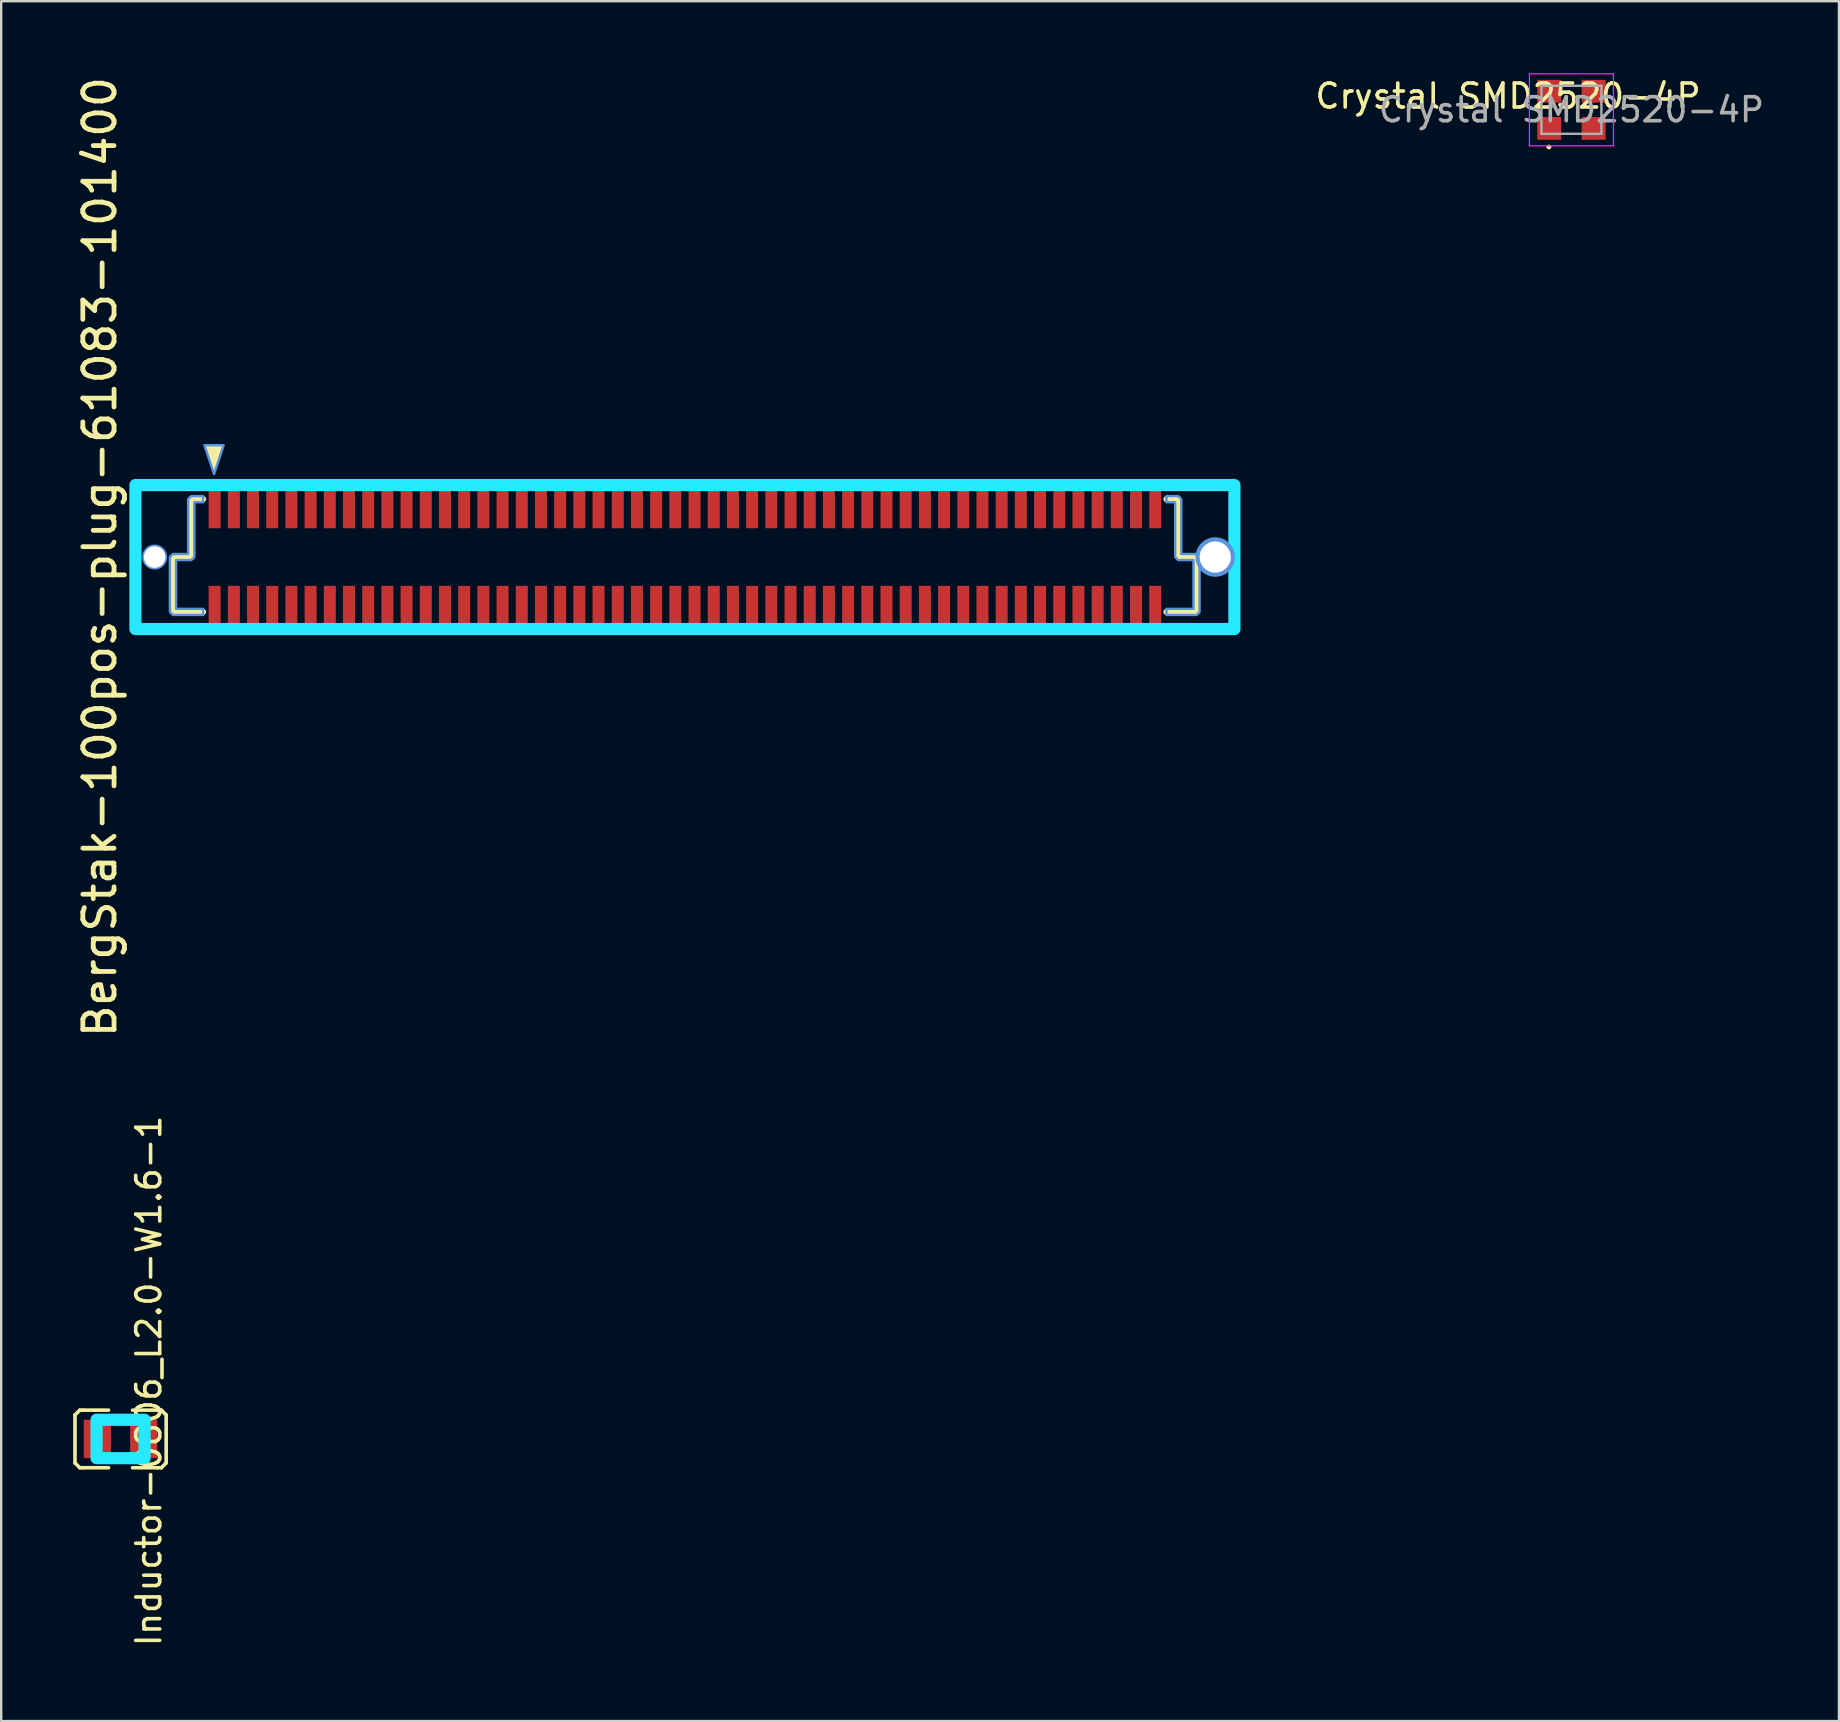
<source format=kicad_pcb>
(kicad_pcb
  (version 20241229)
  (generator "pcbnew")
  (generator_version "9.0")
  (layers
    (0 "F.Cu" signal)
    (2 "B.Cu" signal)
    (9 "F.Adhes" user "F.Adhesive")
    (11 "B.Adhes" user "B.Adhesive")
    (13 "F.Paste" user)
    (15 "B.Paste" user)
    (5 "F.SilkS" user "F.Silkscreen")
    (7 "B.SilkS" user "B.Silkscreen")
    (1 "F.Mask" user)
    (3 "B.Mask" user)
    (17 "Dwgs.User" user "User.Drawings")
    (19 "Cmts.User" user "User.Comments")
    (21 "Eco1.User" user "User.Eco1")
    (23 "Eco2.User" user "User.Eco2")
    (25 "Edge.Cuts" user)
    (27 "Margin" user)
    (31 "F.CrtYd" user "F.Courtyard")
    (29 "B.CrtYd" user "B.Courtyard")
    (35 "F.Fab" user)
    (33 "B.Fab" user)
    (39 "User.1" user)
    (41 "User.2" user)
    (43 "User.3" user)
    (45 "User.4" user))
  (footprint "BergStak-100pos-plug-61083-101400"
    (layer "F.Cu")
    (at 25.495 20.165)
    (property "Reference" "BergStak-100pos-plug-61083-101400" (at -24.384 0 270) (layer "F.SilkS") (effects (font (size 1.3 1.3) (thickness 0.2))))
    (attr through_hole)
    (fp_line (start -22.9 -3) (end -22.9 3) (stroke (width 0.254) (type solid)) (layer "F.SilkS"))
    (fp_line (start -22.9 -3) (end -20.8 -3) (stroke (width 0.254) (type solid)) (layer "F.SilkS"))
    (fp_line (start -22.9 3) (end -20.781 3) (stroke (width 0.254) (type solid)) (layer "F.SilkS"))
    (fp_line (start -21.336 0.000025) (end -20.701 0.000025) (stroke (width 0.254) (type solid)) (layer "F.SilkS"))
    (fp_line (start -21.336 2.286) (end -21.336 0.000025) (stroke (width 0.254) (type solid)) (layer "F.SilkS"))
    (fp_line (start -20.701 0.000025) (end -20.574 0.000025) (stroke (width 0.254) (type solid)) (layer "F.SilkS"))
    (fp_line (start -20.574 -2.413) (end -20.081 -2.413) (stroke (width 0.254) (type solid)) (layer "F.SilkS"))
    (fp_line (start -20.574 0.000025) (end -20.574 -2.413) (stroke (width 0.254) (type solid)) (layer "F.SilkS"))
    (fp_line (start -20.081 2.286) (end -21.336 2.286) (stroke (width 0.254) (type solid)) (layer "F.SilkS"))
    (fp_line (start 20.066 2.286) (end 21.321 2.286) (stroke (width 0.254) (type solid)) (layer "F.SilkS"))
    (fp_line (start 20.559 -2.413) (end 20.066 -2.413) (stroke (width 0.254) (type solid)) (layer "F.SilkS"))
    (fp_line (start 20.559 0.000025) (end 20.559 -2.413) (stroke (width 0.254) (type solid)) (layer "F.SilkS"))
    (fp_line (start 20.686 0.000025) (end 20.559 0.000025) (stroke (width 0.254) (type solid)) (layer "F.SilkS"))
    (fp_line (start 21.321 -0.000025) (end 20.686 0.000025) (stroke (width 0.254) (type solid)) (layer "F.SilkS"))
    (fp_line (start 21.321 2.286) (end 21.321 -0.000025) (stroke (width 0.254) (type solid)) (layer "F.SilkS"))
    (fp_line (start 22.9 -3) (end 20.787 -3) (stroke (width 0.254) (type solid)) (layer "F.SilkS"))
    (fp_line (start 22.9 -3) (end 22.9 -0.26) (stroke (width 0.254) (type solid)) (layer "F.SilkS"))
    (fp_line (start 22.9 0.26) (end 22.9 3) (stroke (width 0.254) (type solid)) (layer "F.SilkS"))
    (fp_line (start 22.9 3) (end 20.8 3) (stroke (width 0.254) (type solid)) (layer "F.SilkS"))
    (fp_poly (pts (xy -20.024 -4.66) (xy -19.224 -4.66) (xy -19.624 -3.459)) (stroke (width 0) (type solid)) (fill yes) (layer "F.SilkS"))
    (fp_circle (center -22.1 0.000127) (end -22.1 0.172) (stroke (width 0.35) (type solid)) (fill no) (layer "Cmts.User"))
    (fp_circle (center 22.1 0.000127) (end 22.1 0.275) (stroke (width 0.55) (type solid)) (fill no) (layer "Cmts.User"))
    (fp_poly (pts (xy -20.024 -4.66) (xy -19.224 -4.66) (xy -19.624 -3.459)) (stroke (width 0.1) (type solid)) (fill no) (layer "Cmts.User"))
    (fp_poly (pts (xy -20.081 2.413) (xy -21.336 2.413) (xy -21.463 2.286) (xy -21.463 0.000025) (xy -21.336 -0.127) (xy -20.701 -0.127) (xy -20.701 -2.413) (xy -20.574 -2.54) (xy -20.081 -2.54) (xy -20.081 -2.286) (xy -20.447 -2.286) (xy -20.447 0.000025) (xy -20.574 0.127) (xy -20.701 0.127) (xy -21.209 0.127) (xy -21.209 2.159) (xy -20.081 2.159) (xy -20.081 2.413)) (stroke (width 0.1) (type solid)) (fill no) (layer "Cmts.User"))
    (fp_poly (pts (xy 20.066 2.159) (xy 21.194 2.159) (xy 21.194 0.127) (xy 20.686 0.127) (xy 20.559 0.127) (xy 20.432 0.000025) (xy 20.432 -2.286) (xy 20.066 -2.286) (xy 20.066 -2.54) (xy 20.559 -2.54) (xy 20.686 -2.413) (xy 20.686 -0.127) (xy 21.321 -0.127) (xy 21.448 -0.000025) (xy 21.448 2.286) (xy 21.321 2.413) (xy 20.066 2.413) (xy 20.066 2.159)) (stroke (width 0.1) (type solid)) (fill no) (layer "Cmts.User"))
    (fp_poly (pts (xy 22.9 3) (xy -22.9 3) (xy -22.9 -3) (xy 22.9 -3)) (stroke (width 0.508) (type solid)) (fill no) (layer "B.CrtYd"))
    (pad "" np_thru_hole circle (at -22.1 0.000127) (size 0.9 0.9) (drill 0.9) (layers "*.Cu" "*.Mask"))
    (pad "" np_thru_hole circle (at 22.1 0.000127) (size 1.3 1.3) (drill 1.3) (layers "*.Cu" "*.Mask"))
    (pad "1" smd rect (at -19.6 -2.2 180) (size 0.5 2) (layers "F.Cu" "F.Mask" "F.Paste"))
    (pad "2" smd rect (at -19.6 2.2 180) (size 0.5 2) (layers "F.Cu" "F.Mask" "F.Paste"))
    (pad "3" smd rect (at -18.8 -2.2 180) (size 0.5 2) (layers "F.Cu" "F.Mask" "F.Paste"))
    (pad "4" smd rect (at -18.8 2.2 180) (size 0.5 2) (layers "F.Cu" "F.Mask" "F.Paste"))
    (pad "5" smd rect (at -18 -2.2 180) (size 0.5 2) (layers "F.Cu" "F.Mask" "F.Paste"))
    (pad "6" smd rect (at -18 2.2 180) (size 0.5 2) (layers "F.Cu" "F.Mask" "F.Paste"))
    (pad "7" smd rect (at -17.2 -2.2 180) (size 0.5 2) (layers "F.Cu" "F.Mask" "F.Paste"))
    (pad "8" smd rect (at -17.2 2.2 180) (size 0.5 2) (layers "F.Cu" "F.Mask" "F.Paste"))
    (pad "9" smd rect (at -16.4 -2.2 180) (size 0.5 2) (layers "F.Cu" "F.Mask" "F.Paste"))
    (pad "10" smd rect (at -16.4 2.2 180) (size 0.5 2) (layers "F.Cu" "F.Mask" "F.Paste"))
    (pad "11" smd rect (at -15.6 -2.2 180) (size 0.5 2) (layers "F.Cu" "F.Mask" "F.Paste"))
    (pad "12" smd rect (at -15.6 2.2 180) (size 0.5 2) (layers "F.Cu" "F.Mask" "F.Paste"))
    (pad "13" smd rect (at -14.8 -2.2 180) (size 0.5 2) (layers "F.Cu" "F.Mask" "F.Paste"))
    (pad "14" smd rect (at -14.8 2.2 180) (size 0.5 2) (layers "F.Cu" "F.Mask" "F.Paste"))
    (pad "15" smd rect (at -14 -2.2 180) (size 0.5 2) (layers "F.Cu" "F.Mask" "F.Paste"))
    (pad "16" smd rect (at -14 2.2 180) (size 0.5 2) (layers "F.Cu" "F.Mask" "F.Paste"))
    (pad "17" smd rect (at -13.2 -2.2 180) (size 0.5 2) (layers "F.Cu" "F.Mask" "F.Paste"))
    (pad "18" smd rect (at -13.2 2.2 180) (size 0.5 2) (layers "F.Cu" "F.Mask" "F.Paste"))
    (pad "19" smd rect (at -12.4 -2.2 180) (size 0.5 2) (layers "F.Cu" "F.Mask" "F.Paste"))
    (pad "20" smd rect (at -12.4 2.2 180) (size 0.5 2) (layers "F.Cu" "F.Mask" "F.Paste"))
    (pad "21" smd rect (at -11.6 -2.2 180) (size 0.5 2) (layers "F.Cu" "F.Mask" "F.Paste"))
    (pad "22" smd rect (at -11.6 2.2 180) (size 0.5 2) (layers "F.Cu" "F.Mask" "F.Paste"))
    (pad "23" smd rect (at -10.8 -2.2 180) (size 0.5 2) (layers "F.Cu" "F.Mask" "F.Paste"))
    (pad "24" smd rect (at -10.8 2.2 180) (size 0.5 2) (layers "F.Cu" "F.Mask" "F.Paste"))
    (pad "25" smd rect (at -10 -2.2 180) (size 0.5 2) (layers "F.Cu" "F.Mask" "F.Paste"))
    (pad "26" smd rect (at -10 2.2 180) (size 0.5 2) (layers "F.Cu" "F.Mask" "F.Paste"))
    (pad "27" smd rect (at -9.2 -2.2 180) (size 0.5 2) (layers "F.Cu" "F.Mask" "F.Paste"))
    (pad "28" smd rect (at -9.2 2.2 180) (size 0.5 2) (layers "F.Cu" "F.Mask" "F.Paste"))
    (pad "29" smd rect (at -8.4 -2.2 180) (size 0.5 2) (layers "F.Cu" "F.Mask" "F.Paste"))
    (pad "30" smd rect (at -8.4 2.2 180) (size 0.5 2) (layers "F.Cu" "F.Mask" "F.Paste"))
    (pad "31" smd rect (at -7.6 -2.2 180) (size 0.5 2) (layers "F.Cu" "F.Mask" "F.Paste"))
    (pad "32" smd rect (at -7.6 2.2 180) (size 0.5 2) (layers "F.Cu" "F.Mask" "F.Paste"))
    (pad "33" smd rect (at -6.8 -2.2 180) (size 0.5 2) (layers "F.Cu" "F.Mask" "F.Paste"))
    (pad "34" smd rect (at -6.8 2.2 180) (size 0.5 2) (layers "F.Cu" "F.Mask" "F.Paste"))
    (pad "35" smd rect (at -6 -2.2 180) (size 0.5 2) (layers "F.Cu" "F.Mask" "F.Paste"))
    (pad "36" smd rect (at -6 2.2 180) (size 0.5 2) (layers "F.Cu" "F.Mask" "F.Paste"))
    (pad "37" smd rect (at -5.2 -2.2 180) (size 0.5 2) (layers "F.Cu" "F.Mask" "F.Paste"))
    (pad "38" smd rect (at -5.2 2.2 180) (size 0.5 2) (layers "F.Cu" "F.Mask" "F.Paste"))
    (pad "39" smd rect (at -4.4 -2.2 180) (size 0.5 2) (layers "F.Cu" "F.Mask" "F.Paste"))
    (pad "40" smd rect (at -4.4 2.2 180) (size 0.5 2) (layers "F.Cu" "F.Mask" "F.Paste"))
    (pad "41" smd rect (at -3.6 -2.2 180) (size 0.5 2) (layers "F.Cu" "F.Mask" "F.Paste"))
    (pad "42" smd rect (at -3.6 2.2 180) (size 0.5 2) (layers "F.Cu" "F.Mask" "F.Paste"))
    (pad "43" smd rect (at -2.8 -2.2 180) (size 0.5 2) (layers "F.Cu" "F.Mask" "F.Paste"))
    (pad "44" smd rect (at -2.8 2.2 180) (size 0.5 2) (layers "F.Cu" "F.Mask" "F.Paste"))
    (pad "45" smd rect (at -2 -2.2 180) (size 0.5 2) (layers "F.Cu" "F.Mask" "F.Paste"))
    (pad "46" smd rect (at -2 2.2 180) (size 0.5 2) (layers "F.Cu" "F.Mask" "F.Paste"))
    (pad "47" smd rect (at -1.2 -2.2 180) (size 0.5 2) (layers "F.Cu" "F.Mask" "F.Paste"))
    (pad "48" smd rect (at -1.2 2.2 180) (size 0.5 2) (layers "F.Cu" "F.Mask" "F.Paste"))
    (pad "49" smd rect (at -0.4 -2.2 180) (size 0.5 2) (layers "F.Cu" "F.Mask" "F.Paste"))
    (pad "50" smd rect (at -0.4 2.2 180) (size 0.5 2) (layers "F.Cu" "F.Mask" "F.Paste"))
    (pad "51" smd rect (at 0.4 -2.2 180) (size 0.5 2) (layers "F.Cu" "F.Mask" "F.Paste"))
    (pad "52" smd rect (at 0.4 2.2 180) (size 0.5 2) (layers "F.Cu" "F.Mask" "F.Paste"))
    (pad "53" smd rect (at 1.2 -2.2 180) (size 0.5 2) (layers "F.Cu" "F.Mask" "F.Paste"))
    (pad "54" smd rect (at 1.2 2.2 180) (size 0.5 2) (layers "F.Cu" "F.Mask" "F.Paste"))
    (pad "55" smd rect (at 2 -2.2 180) (size 0.5 2) (layers "F.Cu" "F.Mask" "F.Paste"))
    (pad "56" smd rect (at 2 2.2 180) (size 0.5 2) (layers "F.Cu" "F.Mask" "F.Paste"))
    (pad "57" smd rect (at 2.8 -2.2 180) (size 0.5 2) (layers "F.Cu" "F.Mask" "F.Paste"))
    (pad "58" smd rect (at 2.8 2.2 180) (size 0.5 2) (layers "F.Cu" "F.Mask" "F.Paste"))
    (pad "59" smd rect (at 3.6 -2.2 180) (size 0.5 2) (layers "F.Cu" "F.Mask" "F.Paste"))
    (pad "60" smd rect (at 3.6 2.2 180) (size 0.5 2) (layers "F.Cu" "F.Mask" "F.Paste"))
    (pad "61" smd rect (at 4.4 -2.2 180) (size 0.5 2) (layers "F.Cu" "F.Mask" "F.Paste"))
    (pad "62" smd rect (at 4.4 2.2 180) (size 0.5 2) (layers "F.Cu" "F.Mask" "F.Paste"))
    (pad "63" smd rect (at 5.2 -2.2 180) (size 0.5 2) (layers "F.Cu" "F.Mask" "F.Paste"))
    (pad "64" smd rect (at 5.2 2.2 180) (size 0.5 2) (layers "F.Cu" "F.Mask" "F.Paste"))
    (pad "65" smd rect (at 6 -2.2 180) (size 0.5 2) (layers "F.Cu" "F.Mask" "F.Paste"))
    (pad "66" smd rect (at 6 2.2 180) (size 0.5 2) (layers "F.Cu" "F.Mask" "F.Paste"))
    (pad "67" smd rect (at 6.8 -2.2 180) (size 0.5 2) (layers "F.Cu" "F.Mask" "F.Paste"))
    (pad "68" smd rect (at 6.8 2.2 180) (size 0.5 2) (layers "F.Cu" "F.Mask" "F.Paste"))
    (pad "69" smd rect (at 7.6 -2.2 180) (size 0.5 2) (layers "F.Cu" "F.Mask" "F.Paste"))
    (pad "70" smd rect (at 7.6 2.2 180) (size 0.5 2) (layers "F.Cu" "F.Mask" "F.Paste"))
    (pad "71" smd rect (at 8.4 -2.2 180) (size 0.5 2) (layers "F.Cu" "F.Mask" "F.Paste"))
    (pad "72" smd rect (at 8.4 2.2 180) (size 0.5 2) (layers "F.Cu" "F.Mask" "F.Paste"))
    (pad "73" smd rect (at 9.2 -2.2 180) (size 0.5 2) (layers "F.Cu" "F.Mask" "F.Paste"))
    (pad "74" smd rect (at 9.2 2.2 180) (size 0.5 2) (layers "F.Cu" "F.Mask" "F.Paste"))
    (pad "75" smd rect (at 10 -2.2 180) (size 0.5 2) (layers "F.Cu" "F.Mask" "F.Paste"))
    (pad "76" smd rect (at 10 2.2 180) (size 0.5 2) (layers "F.Cu" "F.Mask" "F.Paste"))
    (pad "77" smd rect (at 10.8 -2.2 180) (size 0.5 2) (layers "F.Cu" "F.Mask" "F.Paste"))
    (pad "78" smd rect (at 10.8 2.2 180) (size 0.5 2) (layers "F.Cu" "F.Mask" "F.Paste"))
    (pad "79" smd rect (at 11.6 -2.2 180) (size 0.5 2) (layers "F.Cu" "F.Mask" "F.Paste"))
    (pad "80" smd rect (at 11.6 2.2 180) (size 0.5 2) (layers "F.Cu" "F.Mask" "F.Paste"))
    (pad "81" smd rect (at 12.4 -2.2 180) (size 0.5 2) (layers "F.Cu" "F.Mask" "F.Paste"))
    (pad "82" smd rect (at 12.4 2.2 180) (size 0.5 2) (layers "F.Cu" "F.Mask" "F.Paste"))
    (pad "83" smd rect (at 13.2 -2.2 180) (size 0.5 2) (layers "F.Cu" "F.Mask" "F.Paste"))
    (pad "84" smd rect (at 13.2 2.2 180) (size 0.5 2) (layers "F.Cu" "F.Mask" "F.Paste"))
    (pad "85" smd rect (at 14 -2.2 180) (size 0.5 2) (layers "F.Cu" "F.Mask" "F.Paste"))
    (pad "86" smd rect (at 14 2.2 180) (size 0.5 2) (layers "F.Cu" "F.Mask" "F.Paste"))
    (pad "87" smd rect (at 14.8 -2.2 180) (size 0.5 2) (layers "F.Cu" "F.Mask" "F.Paste"))
    (pad "88" smd rect (at 14.8 2.2 180) (size 0.5 2) (layers "F.Cu" "F.Mask" "F.Paste"))
    (pad "89" smd rect (at 15.6 -2.2 180) (size 0.5 2) (layers "F.Cu" "F.Mask" "F.Paste"))
    (pad "90" smd rect (at 15.6 2.2 180) (size 0.5 2) (layers "F.Cu" "F.Mask" "F.Paste"))
    (pad "91" smd rect (at 16.4 -2.2 180) (size 0.5 2) (layers "F.Cu" "F.Mask" "F.Paste"))
    (pad "92" smd rect (at 16.4 2.2 180) (size 0.5 2) (layers "F.Cu" "F.Mask" "F.Paste"))
    (pad "93" smd rect (at 17.2 -2.2 180) (size 0.5 2) (layers "F.Cu" "F.Mask" "F.Paste"))
    (pad "94" smd rect (at 17.2 2.2 180) (size 0.5 2) (layers "F.Cu" "F.Mask" "F.Paste"))
    (pad "95" smd rect (at 18 -2.2 180) (size 0.5 2) (layers "F.Cu" "F.Mask" "F.Paste"))
    (pad "96" smd rect (at 18 2.2 180) (size 0.5 2) (layers "F.Cu" "F.Mask" "F.Paste"))
    (pad "97" smd rect (at 18.8 -2.2 180) (size 0.5 2) (layers "F.Cu" "F.Mask" "F.Paste"))
    (pad "98" smd rect (at 18.8 2.2 180) (size 0.5 2) (layers "F.Cu" "F.Mask" "F.Paste"))
    (pad "99" smd rect (at 19.6 -2.2 180) (size 0.5 2) (layers "F.Cu" "F.Mask" "F.Paste"))
    (pad "100" smd rect (at 19.6 2.2 180) (size 0.5 2) (layers "F.Cu" "F.Mask" "F.Paste")))
  (footprint "Crystal SMD2520-4P"
    (layer "F.Cu")
    (at 62.44 1.525)
    (property "Reference" "Crystal SMD2520-4P" (at -2.642 -0.571 0) (layer "F.SilkS") (effects (font (size 1 1) (thickness 0.15))))
    (attr smd)
    (fp_line (start -0.99 1.55) (end -0.99 1.55) (stroke (width 0.1) (type solid)) (layer "F.SilkS"))
    (fp_line (start -0.89 1.55) (end -0.89 1.55) (stroke (width 0.1) (type solid)) (layer "F.SilkS"))
    (fp_arc (start -0.9898 1.5502) (mid -0.9398 1.5002) (end -0.8898 1.5502) (stroke (width 0.1) (type solid)) (layer "F.SilkS"))
    (fp_arc (start -0.8898 1.5502) (mid -0.9398 1.6002) (end -0.9898 1.5502) (stroke (width 0.1) (type solid)) (layer "F.SilkS"))
    (fp_line (start -1.75 -1.5) (end 1.75 -1.5) (stroke (width 0.05) (type solid)) (layer "F.CrtYd"))
    (fp_line (start -1.75 1.5) (end -1.75 -1.5) (stroke (width 0.05) (type solid)) (layer "F.CrtYd"))
    (fp_line (start 1.75 -1.5) (end 1.75 1.5) (stroke (width 0.05) (type solid)) (layer "F.CrtYd"))
    (fp_line (start 1.75 1.5) (end -1.75 1.5) (stroke (width 0.05) (type solid)) (layer "F.CrtYd"))
    (fp_line (start -1.25 -1) (end 1.25 -1) (stroke (width 0.1) (type solid)) (layer "F.Fab"))
    (fp_line (start -1.25 1) (end -1.25 -1) (stroke (width 0.1) (type solid)) (layer "F.Fab"))
    (fp_line (start 1.25 -1) (end 1.25 1) (stroke (width 0.1) (type solid)) (layer "F.Fab"))
    (fp_line (start 1.25 1) (end -1.25 1) (stroke (width 0.1) (type solid)) (layer "F.Fab"))
    (fp_text user "${REFERENCE}" (at 0 0 0) (layer "F.Fab") (effects (font (size 1 1) (thickness 0.15))))
    (pad "1" smd rect (at -0.925 0.775 90) (size 0.95 1) (layers "F.Cu" "F.Mask" "F.Paste"))
    (pad "2" smd rect (at 0.925 0.775 90) (size 0.95 1) (layers "F.Cu" "F.Mask" "F.Paste"))
    (pad "3" smd rect (at 0.925 -0.775 90) (size 0.95 1) (layers "F.Cu" "F.Mask" "F.Paste"))
    (pad "4" smd rect (at -0.925 -0.775 90) (size 0.95 1) (layers "F.Cu" "F.Mask" "F.Paste")))
  (footprint "Inductor-0806_L2.0-W1.6-1"
    (layer "F.Cu")
    (at 1.975 56.919)
    (property "Reference" "Inductor-0806_L2.0-W1.6-1" (at 1.176 -2.416 270) (layer "F.SilkS") (effects (font (size 1 1) (thickness 0.15))))
    (attr through_hole)
    (fp_line (start -1.9 -1) (end -1.9 1) (stroke (width 0.15) (type solid)) (layer "F.SilkS"))
    (fp_line (start -1.7 -1.2) (end -1.9 -1) (stroke (width 0.15) (type solid)) (layer "F.SilkS"))
    (fp_line (start -1.7 1.2) (end -1.9 1) (stroke (width 0.15) (type solid)) (layer "F.SilkS"))
    (fp_line (start -1.55 -1.2) (end -1.7 -1.2) (stroke (width 0.15) (type solid)) (layer "F.SilkS"))
    (fp_line (start -1.55 1.2) (end -1.7 1.2) (stroke (width 0.15) (type solid)) (layer "F.SilkS"))
    (fp_line (start -0.5 -1.2) (end -1.55 -1.2) (stroke (width 0.15) (type solid)) (layer "F.SilkS"))
    (fp_line (start -0.5 1.2) (end -1.55 1.2) (stroke (width 0.15) (type solid)) (layer "F.SilkS"))
    (fp_line (start 0.5 -1.2) (end 1.55 -1.2) (stroke (width 0.15) (type solid)) (layer "F.SilkS"))
    (fp_line (start 0.5 1.2) (end 1.55 1.2) (stroke (width 0.15) (type solid)) (layer "F.SilkS"))
    (fp_line (start 1.55 -1.2) (end 1.7 -1.2) (stroke (width 0.15) (type solid)) (layer "F.SilkS"))
    (fp_line (start 1.55 1.2) (end 1.7 1.2) (stroke (width 0.15) (type solid)) (layer "F.SilkS"))
    (fp_line (start 1.7 -1.2) (end 1.9 -1) (stroke (width 0.15) (type solid)) (layer "F.SilkS"))
    (fp_line (start 1.7 1.2) (end 1.9 1) (stroke (width 0.15) (type solid)) (layer "F.SilkS"))
    (fp_line (start 1.9 -1) (end 1.9 1) (stroke (width 0.15) (type solid)) (layer "F.SilkS"))
    (fp_poly (pts (xy -1 0.8) (xy -1 -0.8) (xy 1 -0.8) (xy 1 0.8)) (stroke (width 0.508) (type solid)) (fill no) (layer "B.CrtYd"))
    (pad "1" smd rect (at -0.966 0) (size 1.133 1.6) (layers "F.Cu" "F.Mask" "F.Paste"))
    (pad "2" smd rect (at 0.966 0) (size 1.133 1.6) (layers "F.Cu" "F.Mask" "F.Paste")))
  (gr_rect
    (start -3 -3)
    (end 73.589 68.676)
    (stroke (width 0.1) (type default))
    (fill no)
    (layer "Edge.Cuts")))
</source>
